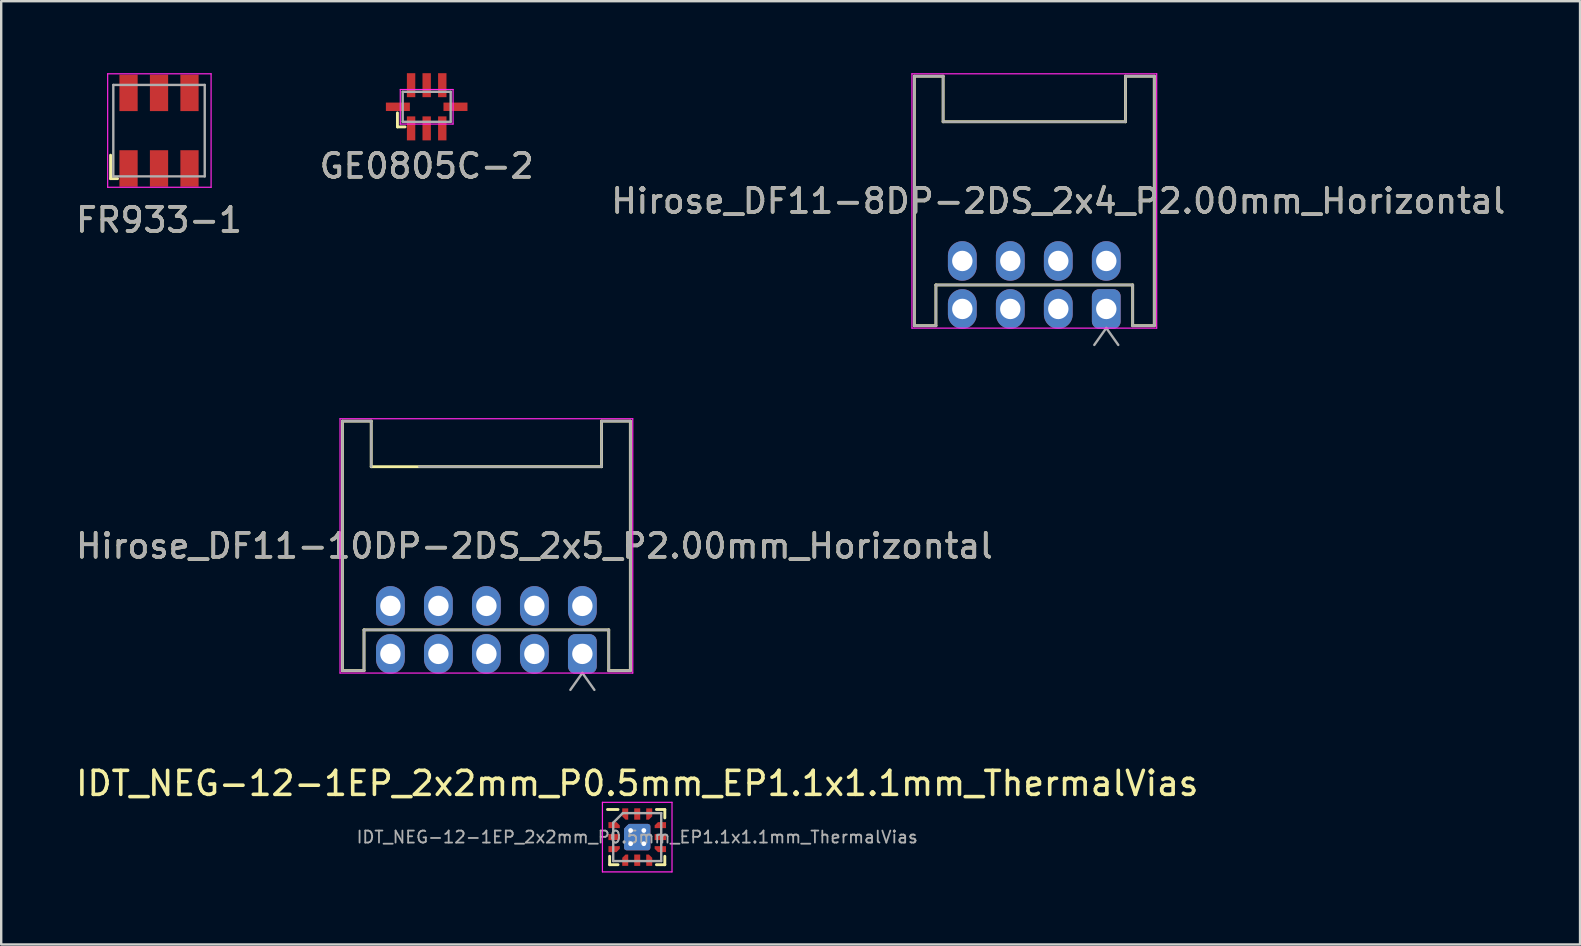
<source format=kicad_pcb>
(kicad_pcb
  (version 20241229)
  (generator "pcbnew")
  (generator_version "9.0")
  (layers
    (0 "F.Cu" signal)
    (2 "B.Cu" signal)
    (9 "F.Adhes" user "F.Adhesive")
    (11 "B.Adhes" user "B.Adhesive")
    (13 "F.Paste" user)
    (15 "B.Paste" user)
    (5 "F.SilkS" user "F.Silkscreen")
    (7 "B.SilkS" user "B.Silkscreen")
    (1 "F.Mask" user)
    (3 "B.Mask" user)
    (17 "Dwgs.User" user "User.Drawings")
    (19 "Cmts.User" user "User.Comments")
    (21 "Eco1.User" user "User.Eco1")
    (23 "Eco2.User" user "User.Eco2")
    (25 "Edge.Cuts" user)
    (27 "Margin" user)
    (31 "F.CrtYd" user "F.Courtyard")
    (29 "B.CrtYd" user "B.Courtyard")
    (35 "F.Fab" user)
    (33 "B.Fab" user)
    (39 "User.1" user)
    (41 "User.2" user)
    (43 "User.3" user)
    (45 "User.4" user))
  (footprint "IDT_NEG-12-1EP_2x2mm_P0.5mm_EP1.1x1.1mm_ThermalVias"
    (layer "F.Cu")
    (at 23.506 31.836)
    (property "Reference" "IDT_NEG-12-1EP_2x2mm_P0.5mm_EP1.1x1.1mm_ThermalVias" (at 0 -2.237 0) (layer "F.SilkS") (effects (font (size 1 1) (thickness 0.15))))
    (attr smd)
    (fp_line (start -1.15 1.15) (end -1.15 0.8) (stroke (width 0.12) (type solid)) (layer "F.SilkS"))
    (fp_line (start -0.8 -1.15) (end -1.238 -1.15) (stroke (width 0.12) (type solid)) (layer "F.SilkS"))
    (fp_line (start -0.8 1.15) (end -1.15 1.15) (stroke (width 0.12) (type solid)) (layer "F.SilkS"))
    (fp_line (start 0.8 -1.15) (end 1.15 -1.15) (stroke (width 0.12) (type solid)) (layer "F.SilkS"))
    (fp_line (start 0.8 1.15) (end 1.15 1.15) (stroke (width 0.12) (type solid)) (layer "F.SilkS"))
    (fp_line (start 1.15 -1.15) (end 1.15 -0.8) (stroke (width 0.12) (type solid)) (layer "F.SilkS"))
    (fp_line (start 1.15 1.15) (end 1.15 0.8) (stroke (width 0.12) (type solid)) (layer "F.SilkS"))
    (fp_line (start -1.45 -1.45) (end 1.45 -1.45) (stroke (width 0.05) (type solid)) (layer "F.CrtYd"))
    (fp_line (start -1.45 1.45) (end -1.45 -1.45) (stroke (width 0.05) (type solid)) (layer "F.CrtYd"))
    (fp_line (start 1.45 -1.45) (end 1.45 1.45) (stroke (width 0.05) (type solid)) (layer "F.CrtYd"))
    (fp_line (start 1.45 1.45) (end -1.45 1.45) (stroke (width 0.05) (type solid)) (layer "F.CrtYd"))
    (fp_line (start -1 -0.6) (end -1 1) (stroke (width 0.1) (type solid)) (layer "F.Fab"))
    (fp_line (start -1 1) (end 1 1) (stroke (width 0.1) (type solid)) (layer "F.Fab"))
    (fp_line (start -0.6 -1) (end -1 -0.6) (stroke (width 0.1) (type solid)) (layer "F.Fab"))
    (fp_line (start 1 -1) (end -0.6 -1) (stroke (width 0.1) (type solid)) (layer "F.Fab"))
    (fp_line (start 1 1) (end 1 -1) (stroke (width 0.1) (type solid)) (layer "F.Fab"))
    (fp_text user "${REFERENCE}" (at 0 0 0) (layer "F.Fab") (effects (font (size 0.5 0.5) (thickness 0.075))))
    (pad "1" smd custom (at -0.963 -0.5 90) (size 0.25 0.25) (layers "F.Cu" "F.Mask" "F.Paste") (options (anchor circle)) (primitives (gr_poly (pts (xy 0.125 0.1) (xy -0.013 0.237) (xy -0.125 0.237) (xy -0.125 -0.237) (xy 0.125 -0.237)) (width 0) (fill yes))))
    (pad "2" smd rect (at -0.963 0 90) (size 0.25 0.475) (layers "F.Cu" "F.Mask" "F.Paste"))
    (pad "3" smd custom (at -0.963 0.5 270) (size 0.25 0.25) (layers "F.Cu" "F.Mask" "F.Paste") (options (anchor circle)) (primitives (gr_poly (pts (xy 0.125 -0.1) (xy 0.125 0.237) (xy -0.125 0.237) (xy -0.125 -0.237) (xy -0.013 -0.237)) (width 0) (fill yes))))
    (pad "4" smd custom (at -0.5 0.963 180) (size 0.25 0.25) (layers "F.Cu" "F.Mask" "F.Paste") (options (anchor circle)) (primitives (gr_poly (pts (xy 0.125 0.1) (xy -0.013 0.237) (xy -0.125 0.237) (xy -0.125 -0.237) (xy 0.125 -0.237)) (width 0) (fill yes))))
    (pad "5" smd rect (at 0 0.963) (size 0.25 0.475) (layers "F.Cu" "F.Mask" "F.Paste"))
    (pad "6" smd custom (at 0.5 0.963) (size 0.25 0.25) (layers "F.Cu" "F.Mask" "F.Paste") (options (anchor circle)) (primitives (gr_poly (pts (xy 0.125 -0.1) (xy 0.125 0.237) (xy -0.125 0.237) (xy -0.125 -0.237) (xy -0.013 -0.237)) (width 0) (fill yes))))
    (pad "7" smd custom (at 0.963 0.5 270) (size 0.25 0.25) (layers "F.Cu" "F.Mask" "F.Paste") (options (anchor circle)) (primitives (gr_poly (pts (xy 0.125 0.1) (xy -0.013 0.237) (xy -0.125 0.237) (xy -0.125 -0.237) (xy 0.125 -0.237)) (width 0) (fill yes))))
    (pad "8" smd rect (at 0.963 0 90) (size 0.25 0.475) (layers "F.Cu" "F.Mask" "F.Paste"))
    (pad "9" smd custom (at 0.963 -0.5 90) (size 0.25 0.25) (layers "F.Cu" "F.Mask" "F.Paste") (options (anchor circle)) (primitives (gr_poly (pts (xy 0.125 -0.1) (xy 0.125 0.237) (xy -0.125 0.237) (xy -0.125 -0.237) (xy -0.013 -0.237)) (width 0) (fill yes))))
    (pad "10" smd custom (at 0.5 -0.963) (size 0.25 0.25) (layers "F.Cu" "F.Mask" "F.Paste") (options (anchor circle)) (primitives (gr_poly (pts (xy 0.125 0.1) (xy -0.013 0.237) (xy -0.125 0.237) (xy -0.125 -0.237) (xy 0.125 -0.237)) (width 0) (fill yes))))
    (pad "11" smd rect (at 0 -0.963) (size 0.25 0.475) (layers "F.Cu" "F.Mask" "F.Paste"))
    (pad "12" smd custom (at -0.5 -0.963 180) (size 0.25 0.25) (layers "F.Cu" "F.Mask" "F.Paste") (options (anchor circle)) (primitives (gr_poly (pts (xy 0.125 -0.1) (xy 0.125 0.237) (xy -0.125 0.237) (xy -0.125 -0.237) (xy -0.013 -0.237)) (width 0) (fill yes))))
    (pad "13" thru_hole circle (at -0.275 -0.275) (size 0.5 0.5) (drill 0.2) (property pad_prop_heatsink) (layers "*.Cu"))
    (pad "13" thru_hole circle (at -0.275 0.275) (size 0.5 0.5) (drill 0.2) (property pad_prop_heatsink) (layers "*.Cu"))
    (pad "13" smd custom (at 0 0) (size 0.55 0.55) (layers "F.Cu" "F.Mask" "F.Paste") (options (anchor rect)) (primitives (gr_poly (pts (xy 0.35 0.35) (xy -0.55 0.35) (xy -0.55 -0.35) (xy -0.35 -0.55) (xy 0.35 -0.55)) (width 0) (fill yes)) (gr_poly (pts (xy 0.448 0.448) (xy -0.448 0.448) (xy -0.448 -0.287) (xy -0.305 -0.448) (xy 0.448 -0.448)) (width 0.205) (fill yes))))
    (pad "13" smd custom (at 0 0) (size 0.55 0.55) (layers "B.Cu") (options (anchor rect)) (primitives (gr_poly (pts (xy 0.35 0.35) (xy -0.55 0.35) (xy -0.55 -0.35) (xy -0.35 -0.55) (xy 0.35 -0.55)) (width 0) (fill yes)) (gr_poly (pts (xy 0.448 0.448) (xy -0.448 0.448) (xy -0.448 -0.287) (xy -0.305 -0.448) (xy 0.448 -0.448)) (width 0.205) (fill yes))))
    (pad "13" thru_hole circle (at 0.275 -0.275) (size 0.5 0.5) (drill 0.2) (property pad_prop_heatsink) (layers "*.Cu"))
    (pad "13" thru_hole circle (at 0.275 0.275) (size 0.5 0.5) (drill 0.2) (property pad_prop_heatsink) (layers "*.Cu")))
  (footprint "GE0805C-2"
    (layer "F.Cu")
    (at 14.732 1.4)
    (property "Reference" "GE0805C-2" (at 0 2.464 0) (layer "F.SilkS") (effects (font (size 1 1) (thickness 0.15))))
    (attr smd)
    (fp_line (start -1.219 0.838) (end -1.219 0.254) (stroke (width 0.12) (type solid)) (layer "F.SilkS"))
    (fp_line (start -0.902 0.838) (end -1.219 0.838) (stroke (width 0.12) (type solid)) (layer "F.SilkS"))
    (fp_line (start -1.1 -0.72) (end -1.1 0.72) (stroke (width 0.05) (type solid)) (layer "F.CrtYd"))
    (fp_line (start -1.1 0.72) (end 1.1 0.72) (stroke (width 0.05) (type solid)) (layer "F.CrtYd"))
    (fp_line (start 1.1 -0.72) (end -1.1 -0.72) (stroke (width 0.05) (type solid)) (layer "F.CrtYd"))
    (fp_line (start 1.1 0.72) (end 1.1 -0.72) (stroke (width 0.05) (type solid)) (layer "F.CrtYd"))
    (fp_line (start -1 -0.625) (end -1 0.625) (stroke (width 0.1) (type solid)) (layer "F.Fab"))
    (fp_line (start -1 0.625) (end 1 0.625) (stroke (width 0.1) (type solid)) (layer "F.Fab"))
    (fp_line (start 1 -0.625) (end -1 -0.625) (stroke (width 0.1) (type solid)) (layer "F.Fab"))
    (fp_line (start 1 0.625) (end 1 -0.625) (stroke (width 0.1) (type solid)) (layer "F.Fab"))
    (fp_text user "${REFERENCE}" (at 0 2.464 0) (layer "F.Fab") (effects (font (size 1 1) (thickness 0.15))))
    (pad "1" smd rect (at -0.65 0.9 180) (size 0.35 1) (layers "F.Cu" "F.Mask" "F.Paste"))
    (pad "2" smd rect (at 0 0.9 180) (size 0.35 1) (layers "F.Cu" "F.Mask" "F.Paste"))
    (pad "3" smd rect (at 0.65 0.9 180) (size 0.35 1) (layers "F.Cu" "F.Mask" "F.Paste"))
    (pad "4" smd rect (at 1.2 0 90) (size 0.35 1) (layers "F.Cu" "F.Mask" "F.Paste"))
    (pad "5" smd rect (at 0.65 -0.9 180) (size 0.35 1) (layers "F.Cu" "F.Mask" "F.Paste"))
    (pad "6" smd rect (at 0 -0.9 180) (size 0.35 1) (layers "F.Cu" "F.Mask" "F.Paste"))
    (pad "7" smd rect (at -0.65 -0.9 180) (size 0.35 1) (layers "F.Cu" "F.Mask" "F.Paste"))
    (pad "8" smd rect (at -1.2 0 90) (size 0.35 1) (layers "F.Cu" "F.Mask" "F.Paste")))
  (footprint "FR933-1"
    (layer "F.Cu")
    (at 3.577 2.395)
    (property "Reference" "FR933-1" (at 0 3.721 0) (layer "F.SilkS") (effects (font (size 1 1) (thickness 0.15))))
    (attr smd)
    (fp_line (start -2.019 1.022) (end -2.019 2) (stroke (width 0.12) (type solid)) (layer "F.SilkS"))
    (fp_line (start -2.019 2) (end -1.727 2) (stroke (width 0.12) (type solid)) (layer "F.SilkS"))
    (fp_line (start -2.14 -2.37) (end -2.14 2.36) (stroke (width 0.05) (type solid)) (layer "F.CrtYd"))
    (fp_line (start -2.14 2.36) (end 2.17 2.36) (stroke (width 0.05) (type solid)) (layer "F.CrtYd"))
    (fp_line (start 2.17 -2.37) (end -2.14 -2.37) (stroke (width 0.05) (type solid)) (layer "F.CrtYd"))
    (fp_line (start 2.17 2.36) (end 2.17 -2.37) (stroke (width 0.05) (type solid)) (layer "F.CrtYd"))
    (fp_line (start -1.905 -1.905) (end -1.905 1.905) (stroke (width 0.1) (type solid)) (layer "F.Fab"))
    (fp_line (start -1.905 1.905) (end 1.905 1.905) (stroke (width 0.1) (type solid)) (layer "F.Fab"))
    (fp_line (start 1.905 -1.905) (end -1.905 -1.905) (stroke (width 0.1) (type solid)) (layer "F.Fab"))
    (fp_line (start 1.905 1.905) (end 1.905 -1.905) (stroke (width 0.1) (type solid)) (layer "F.Fab"))
    (fp_text user "${REFERENCE}" (at 0 3.721 0) (layer "F.Fab") (effects (font (size 1 1) (thickness 0.15))))
    (pad "1" smd rect (at -1.27 1.575) (size 0.76 1.52) (layers "F.Cu" "F.Mask" "F.Paste"))
    (pad "2" smd rect (at 0 1.575) (size 0.76 1.52) (layers "F.Cu" "F.Mask" "F.Paste"))
    (pad "3" smd rect (at 1.27 1.575) (size 0.76 1.52) (layers "F.Cu" "F.Mask" "F.Paste"))
    (pad "4" smd rect (at 1.27 -1.575) (size 0.76 1.52) (layers "F.Cu" "F.Mask" "F.Paste"))
    (pad "5" smd rect (at 0 -1.575) (size 0.76 1.52) (layers "F.Cu" "F.Mask" "F.Paste"))
    (pad "6" smd rect (at -1.27 -1.575) (size 0.76 1.52) (layers "F.Cu" "F.Mask" "F.Paste")))
  (footprint "Hirose_DF11-10DP-2DS_2x5_P2.00mm_Horizontal"
    (layer "F.Cu")
    (at 21.22 24.2)
    (property "Reference" "Hirose_DF11-10DP-2DS_2x5_P2.00mm_Horizontal" (at -2 -4.5 0) (layer "F.SilkS") (effects (font (size 1 1) (thickness 0.15))))
    (attr through_hole)
    (fp_line (start -10 -9.7) (end -8.8 -9.7) (stroke (width 0.12) (type solid)) (layer "F.SilkS"))
    (fp_line (start -10 0.7) (end -10 -9.7) (stroke (width 0.12) (type solid)) (layer "F.SilkS"))
    (fp_line (start -10 0.7) (end -9.1 0.7) (stroke (width 0.12) (type solid)) (layer "F.SilkS"))
    (fp_line (start -9.1 -1) (end 1.1 -1) (stroke (width 0.12) (type solid)) (layer "F.SilkS"))
    (fp_line (start -9.1 0.7) (end -9.1 -1) (stroke (width 0.12) (type solid)) (layer "F.SilkS"))
    (fp_line (start -8.8 -9.7) (end -8.8 -7.8) (stroke (width 0.12) (type solid)) (layer "F.SilkS"))
    (fp_line (start -8.8 -7.8) (end 0.8 -7.8) (stroke (width 0.12) (type solid)) (layer "F.SilkS"))
    (fp_line (start 0.8 -9.7) (end 2 -9.7) (stroke (width 0.12) (type solid)) (layer "F.SilkS"))
    (fp_line (start 0.8 -7.8) (end 0.8 -9.7) (stroke (width 0.12) (type solid)) (layer "F.SilkS"))
    (fp_line (start 1.1 0.7) (end 1.1 -1) (stroke (width 0.12) (type solid)) (layer "F.SilkS"))
    (fp_line (start 2 -9.7) (end 2 0.7) (stroke (width 0.12) (type solid)) (layer "F.SilkS"))
    (fp_line (start 2 0.7) (end 1.1 0.7) (stroke (width 0.12) (type solid)) (layer "F.SilkS"))
    (fp_line (start -10.1 -9.8) (end -10.1 0.8) (stroke (width 0.05) (type solid)) (layer "F.CrtYd"))
    (fp_line (start -10.1 0.8) (end 2.1 0.8) (stroke (width 0.05) (type solid)) (layer "F.CrtYd"))
    (fp_line (start 2.1 -9.8) (end -10.1 -9.8) (stroke (width 0.05) (type solid)) (layer "F.CrtYd"))
    (fp_line (start 2.1 0.8) (end 2.1 -9.8) (stroke (width 0.05) (type solid)) (layer "F.CrtYd"))
    (fp_line (start -10 -9.7) (end -8.8 -9.7) (stroke (width 0.1) (type solid)) (layer "F.Fab"))
    (fp_line (start -10 0.7) (end -10 -9.7) (stroke (width 0.1) (type solid)) (layer "F.Fab"))
    (fp_line (start -10 0.7) (end -9.1 0.7) (stroke (width 0.1) (type solid)) (layer "F.Fab"))
    (fp_line (start -9.1 -1) (end 1.1 -1) (stroke (width 0.1) (type solid)) (layer "F.Fab"))
    (fp_line (start -9.1 0.7) (end -9.1 -1) (stroke (width 0.1) (type solid)) (layer "F.Fab"))
    (fp_line (start -8.8 -9.7) (end -8.8 -7.8) (stroke (width 0.1) (type solid)) (layer "F.Fab"))
    (fp_line (start -6.8 -7.8) (end 0.8 -7.8) (stroke (width 0.1) (type solid)) (layer "F.Fab"))
    (fp_line (start 0 0.793) (end -0.5 1.5) (stroke (width 0.1) (type solid)) (layer "F.Fab"))
    (fp_line (start 0.5 1.5) (end 0 0.793) (stroke (width 0.1) (type solid)) (layer "F.Fab"))
    (fp_line (start 0.8 -9.7) (end 2 -9.7) (stroke (width 0.1) (type solid)) (layer "F.Fab"))
    (fp_line (start 0.8 -7.8) (end 0.8 -9.7) (stroke (width 0.1) (type solid)) (layer "F.Fab"))
    (fp_line (start 1.1 0.7) (end 1.1 -1) (stroke (width 0.1) (type solid)) (layer "F.Fab"))
    (fp_line (start 2 -9.7) (end 2 0.7) (stroke (width 0.1) (type solid)) (layer "F.Fab"))
    (fp_line (start 2 0.7) (end 1.1 0.7) (stroke (width 0.1) (type solid)) (layer "F.Fab"))
    (fp_text user "${REFERENCE}" (at -2 -4.5 0) (layer "F.Fab") (effects (font (size 1 1) (thickness 0.15))))
    (pad "1" thru_hole roundrect (at 0 0 180) (size 1.2 1.65) (drill 0.85) (layers "*.Cu" "*.Mask") (roundrect_rratio 0.25))
    (pad "2" thru_hole oval (at 0 -2 180) (size 1.2 1.65) (drill 0.85) (layers "*.Cu" "*.Mask"))
    (pad "3" thru_hole oval (at -2 0 180) (size 1.2 1.65) (drill 0.85) (layers "*.Cu" "*.Mask"))
    (pad "4" thru_hole oval (at -2 -2 180) (size 1.2 1.65) (drill 0.85) (layers "*.Cu" "*.Mask"))
    (pad "5" thru_hole oval (at -4 0 180) (size 1.2 1.65) (drill 0.85) (layers "*.Cu" "*.Mask"))
    (pad "6" thru_hole oval (at -4 -2 180) (size 1.2 1.65) (drill 0.85) (layers "*.Cu" "*.Mask"))
    (pad "7" thru_hole oval (at -6 0 180) (size 1.2 1.65) (drill 0.85) (layers "*.Cu" "*.Mask"))
    (pad "8" thru_hole oval (at -6 -2 180) (size 1.2 1.65) (drill 0.85) (layers "*.Cu" "*.Mask"))
    (pad "9" thru_hole oval (at -8 0 180) (size 1.2 1.65) (drill 0.85) (layers "*.Cu" "*.Mask"))
    (pad "10" thru_hole oval (at -8 -2 180) (size 1.2 1.65) (drill 0.85) (layers "*.Cu" "*.Mask")))
  (footprint "Hirose_DF11-8DP-2DS_2x4_P2.00mm_Horizontal"
    (layer "F.Cu")
    (at 43.054 9.825)
    (property "Reference" "Hirose_DF11-8DP-2DS_2x4_P2.00mm_Horizontal" (at -2 -4.5 0) (layer "F.SilkS") (effects (font (size 1 1) (thickness 0.15))))
    (attr through_hole)
    (fp_line (start -8 -9.7) (end -6.8 -9.7) (stroke (width 0.12) (type solid)) (layer "F.SilkS"))
    (fp_line (start -8 0.7) (end -8 -9.7) (stroke (width 0.12) (type solid)) (layer "F.SilkS"))
    (fp_line (start -8 0.7) (end -7.1 0.7) (stroke (width 0.12) (type solid)) (layer "F.SilkS"))
    (fp_line (start -7.1 -1) (end 1.1 -1) (stroke (width 0.12) (type solid)) (layer "F.SilkS"))
    (fp_line (start -7.1 0.7) (end -7.1 -1) (stroke (width 0.12) (type solid)) (layer "F.SilkS"))
    (fp_line (start -6.8 -9.7) (end -6.8 -7.8) (stroke (width 0.12) (type solid)) (layer "F.SilkS"))
    (fp_line (start -6.8 -7.8) (end 0.8 -7.8) (stroke (width 0.12) (type solid)) (layer "F.SilkS"))
    (fp_line (start 0.8 -9.7) (end 2 -9.7) (stroke (width 0.12) (type solid)) (layer "F.SilkS"))
    (fp_line (start 0.8 -7.8) (end 0.8 -9.7) (stroke (width 0.12) (type solid)) (layer "F.SilkS"))
    (fp_line (start 1.1 0.7) (end 1.1 -1) (stroke (width 0.12) (type solid)) (layer "F.SilkS"))
    (fp_line (start 2 -9.7) (end 2 0.7) (stroke (width 0.12) (type solid)) (layer "F.SilkS"))
    (fp_line (start 2 0.7) (end 1.1 0.7) (stroke (width 0.12) (type solid)) (layer "F.SilkS"))
    (fp_line (start -8.1 -9.8) (end -8.1 0.8) (stroke (width 0.05) (type solid)) (layer "F.CrtYd"))
    (fp_line (start -8.1 0.8) (end 2.1 0.8) (stroke (width 0.05) (type solid)) (layer "F.CrtYd"))
    (fp_line (start 2.1 -9.8) (end -8.1 -9.8) (stroke (width 0.05) (type solid)) (layer "F.CrtYd"))
    (fp_line (start 2.1 0.8) (end 2.1 -9.8) (stroke (width 0.05) (type solid)) (layer "F.CrtYd"))
    (fp_line (start -8 -9.7) (end -6.8 -9.7) (stroke (width 0.1) (type solid)) (layer "F.Fab"))
    (fp_line (start -8 0.7) (end -8 -9.7) (stroke (width 0.1) (type solid)) (layer "F.Fab"))
    (fp_line (start -8 0.7) (end -7.1 0.7) (stroke (width 0.1) (type solid)) (layer "F.Fab"))
    (fp_line (start -7.1 -1) (end 1.1 -1) (stroke (width 0.1) (type solid)) (layer "F.Fab"))
    (fp_line (start -7.1 0.7) (end -7.1 -1) (stroke (width 0.1) (type solid)) (layer "F.Fab"))
    (fp_line (start -6.8 -9.7) (end -6.8 -7.8) (stroke (width 0.1) (type solid)) (layer "F.Fab"))
    (fp_line (start -6.8 -7.8) (end 0.8 -7.8) (stroke (width 0.1) (type solid)) (layer "F.Fab"))
    (fp_line (start 0 0.793) (end -0.5 1.5) (stroke (width 0.1) (type solid)) (layer "F.Fab"))
    (fp_line (start 0.5 1.5) (end 0 0.793) (stroke (width 0.1) (type solid)) (layer "F.Fab"))
    (fp_line (start 0.8 -9.7) (end 2 -9.7) (stroke (width 0.1) (type solid)) (layer "F.Fab"))
    (fp_line (start 0.8 -7.8) (end 0.8 -9.7) (stroke (width 0.1) (type solid)) (layer "F.Fab"))
    (fp_line (start 1.1 0.7) (end 1.1 -1) (stroke (width 0.1) (type solid)) (layer "F.Fab"))
    (fp_line (start 2 -9.7) (end 2 0.7) (stroke (width 0.1) (type solid)) (layer "F.Fab"))
    (fp_line (start 2 0.7) (end 1.1 0.7) (stroke (width 0.1) (type solid)) (layer "F.Fab"))
    (fp_text user "${REFERENCE}" (at -2 -4.5 0) (layer "F.Fab") (effects (font (size 1 1) (thickness 0.15))))
    (pad "1" thru_hole roundrect (at 0 0 180) (size 1.2 1.65) (drill 0.85) (layers "*.Cu" "*.Mask") (roundrect_rratio 0.25))
    (pad "2" thru_hole oval (at 0 -2 180) (size 1.2 1.65) (drill 0.85) (layers "*.Cu" "*.Mask"))
    (pad "3" thru_hole oval (at -2 0 180) (size 1.2 1.65) (drill 0.85) (layers "*.Cu" "*.Mask"))
    (pad "4" thru_hole oval (at -2 -2 180) (size 1.2 1.65) (drill 0.85) (layers "*.Cu" "*.Mask"))
    (pad "5" thru_hole oval (at -4 0 180) (size 1.2 1.65) (drill 0.85) (layers "*.Cu" "*.Mask"))
    (pad "6" thru_hole oval (at -4 -2 180) (size 1.2 1.65) (drill 0.85) (layers "*.Cu" "*.Mask"))
    (pad "7" thru_hole oval (at -6 0 180) (size 1.2 1.65) (drill 0.85) (layers "*.Cu" "*.Mask"))
    (pad "8" thru_hole oval (at -6 -2 180) (size 1.2 1.65) (drill 0.85) (layers "*.Cu" "*.Mask")))
  (gr_rect
    (start -3 -3)
    (end 62.798 36.311)
    (stroke (width 0.1) (type default))
    (fill no)
    (layer "Edge.Cuts")))
</source>
